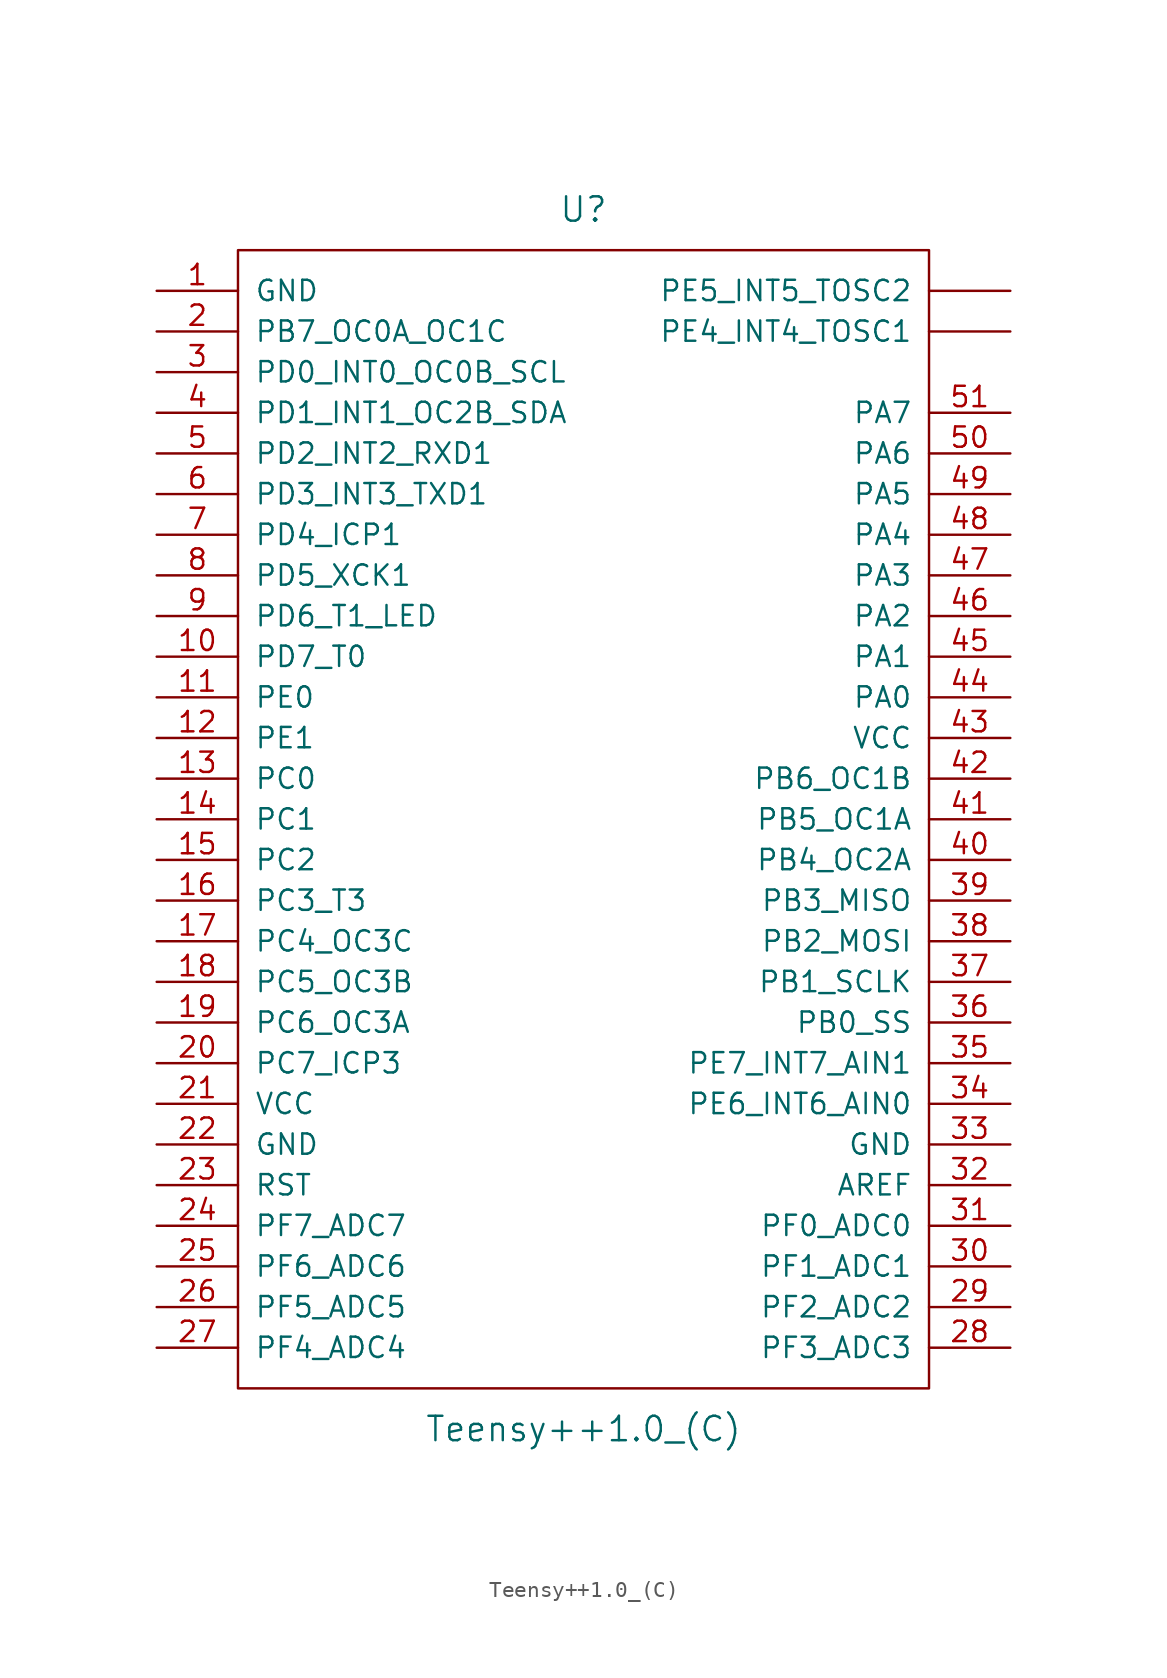
<source format=kicad_sym>
(kicad_symbol_lib
  (version 20231120)
  (generator "kicad_symbol_editor")
  (generator_version "8.0")
  (symbol "Teensy++1.0_(C)"
    (pin_names
      (offset 1.016))
    (property "Reference" "U"
      (at 0 38.1 0)
      (effects (font (size 1.524 1.524))))
    (property "Value" "Teensy++1.0_(C)"
      (at 0 -38.1 0)
      (effects (font (size 1.524 1.524))))
    (property "Footprint" ""
      (at 2.54 -20.32 0)
      (effects (font (size 1.524 1.524))))
    (property "Datasheet" ""
      (at 2.54 -20.32 0)
      (effects (font (size 1.524 1.524))))
    (symbol "Teensy++1.0_(C)_0_1"
      (rectangle (start -21.59 35.56) (end 21.59 -35.56) (stroke (width 0) (type solid)) (fill (type none))))
    (symbol "Teensy++1.0_(C)_1_1"
      (pin power_in line (at -26.67 33.02 0) (length 5.08) (name "GND" (effects (font (size 1.27 1.27)))) (number "1" (effects (font (size 1.27 1.27)))))
      (pin bidirectional line (at -26.67 10.16 0) (length 5.08) (name "PD7_T0" (effects (font (size 1.27 1.27)))) (number "10" (effects (font (size 1.27 1.27)))))
      (pin bidirectional line (at -26.67 7.62 0) (length 5.08) (name "PE0" (effects (font (size 1.27 1.27)))) (number "11" (effects (font (size 1.27 1.27)))))
      (pin bidirectional line (at -26.67 5.08 0) (length 5.08) (name "PE1" (effects (font (size 1.27 1.27)))) (number "12" (effects (font (size 1.27 1.27)))))
      (pin bidirectional line (at -26.67 2.54 0) (length 5.08) (name "PC0" (effects (font (size 1.27 1.27)))) (number "13" (effects (font (size 1.27 1.27)))))
      (pin bidirectional line (at -26.67 0 0) (length 5.08) (name "PC1" (effects (font (size 1.27 1.27)))) (number "14" (effects (font (size 1.27 1.27)))))
      (pin bidirectional line (at -26.67 -2.54 0) (length 5.08) (name "PC2" (effects (font (size 1.27 1.27)))) (number "15" (effects (font (size 1.27 1.27)))))
      (pin bidirectional line (at -26.67 -5.08 0) (length 5.08) (name "PC3_T3" (effects (font (size 1.27 1.27)))) (number "16" (effects (font (size 1.27 1.27)))))
      (pin bidirectional line (at -26.67 -7.62 0) (length 5.08) (name "PC4_OC3C" (effects (font (size 1.27 1.27)))) (number "17" (effects (font (size 1.27 1.27)))))
      (pin bidirectional line (at -26.67 -10.16 0) (length 5.08) (name "PC5_OC3B" (effects (font (size 1.27 1.27)))) (number "18" (effects (font (size 1.27 1.27)))))
      (pin bidirectional line (at -26.67 -12.7 0) (length 5.08) (name "PC6_OC3A" (effects (font (size 1.27 1.27)))) (number "19" (effects (font (size 1.27 1.27)))))
      (pin bidirectional line (at -26.67 30.48 0) (length 5.08) (name "PB7_OC0A_OC1C" (effects (font (size 1.27 1.27)))) (number "2" (effects (font (size 1.27 1.27)))))
      (pin bidirectional line (at -26.67 -15.24 0) (length 5.08) (name "PC7_ICP3" (effects (font (size 1.27 1.27)))) (number "20" (effects (font (size 1.27 1.27)))))
      (pin power_in line (at -26.67 -17.78 0) (length 5.08) (name "VCC" (effects (font (size 1.27 1.27)))) (number "21" (effects (font (size 1.27 1.27)))))
      (pin power_in line (at -26.67 -20.32 0) (length 5.08) (name "GND" (effects (font (size 1.27 1.27)))) (number "22" (effects (font (size 1.27 1.27)))))
      (pin input line (at -26.67 -22.86 0) (length 5.08) (name "RST" (effects (font (size 1.27 1.27)))) (number "23" (effects (font (size 1.27 1.27)))))
      (pin bidirectional line (at -26.67 -25.4 0) (length 5.08) (name "PF7_ADC7" (effects (font (size 1.27 1.27)))) (number "24" (effects (font (size 1.27 1.27)))))
      (pin bidirectional line (at -26.67 -27.94 0) (length 5.08) (name "PF6_ADC6" (effects (font (size 1.27 1.27)))) (number "25" (effects (font (size 1.27 1.27)))))
      (pin bidirectional line (at -26.67 -30.48 0) (length 5.08) (name "PF5_ADC5" (effects (font (size 1.27 1.27)))) (number "26" (effects (font (size 1.27 1.27)))))
      (pin bidirectional line (at -26.67 -33.02 0) (length 5.08) (name "PF4_ADC4" (effects (font (size 1.27 1.27)))) (number "27" (effects (font (size 1.27 1.27)))))
      (pin bidirectional line (at 26.67 -33.02 180) (length 5.08) (name "PF3_ADC3" (effects (font (size 1.27 1.27)))) (number "28" (effects (font (size 1.27 1.27)))))
      (pin bidirectional line (at 26.67 -30.48 180) (length 5.08) (name "PF2_ADC2" (effects (font (size 1.27 1.27)))) (number "29" (effects (font (size 1.27 1.27)))))
      (pin bidirectional line (at -26.67 27.94 0) (length 5.08) (name "PD0_INT0_OC0B_SCL" (effects (font (size 1.27 1.27)))) (number "3" (effects (font (size 1.27 1.27)))))
      (pin bidirectional line (at 26.67 -27.94 180) (length 5.08) (name "PF1_ADC1" (effects (font (size 1.27 1.27)))) (number "30" (effects (font (size 1.27 1.27)))))
      (pin bidirectional line (at 26.67 -25.4 180) (length 5.08) (name "PF0_ADC0" (effects (font (size 1.27 1.27)))) (number "31" (effects (font (size 1.27 1.27)))))
      (pin input line (at 26.67 -22.86 180) (length 5.08) (name "AREF" (effects (font (size 1.27 1.27)))) (number "32" (effects (font (size 1.27 1.27)))))
      (pin power_in line (at 26.67 -20.32 180) (length 5.08) (name "GND" (effects (font (size 1.27 1.27)))) (number "33" (effects (font (size 1.27 1.27)))))
      (pin bidirectional line (at 26.67 -17.78 180) (length 5.08) (name "PE6_INT6_AIN0" (effects (font (size 1.27 1.27)))) (number "34" (effects (font (size 1.27 1.27)))))
      (pin bidirectional line (at 26.67 -15.24 180) (length 5.08) (name "PE7_INT7_AIN1" (effects (font (size 1.27 1.27)))) (number "35" (effects (font (size 1.27 1.27)))))
      (pin bidirectional line (at 26.67 -12.7 180) (length 5.08) (name "PB0_SS" (effects (font (size 1.27 1.27)))) (number "36" (effects (font (size 1.27 1.27)))))
      (pin bidirectional line (at 26.67 -10.16 180) (length 5.08) (name "PB1_SCLK" (effects (font (size 1.27 1.27)))) (number "37" (effects (font (size 1.27 1.27)))))
      (pin bidirectional line (at 26.67 -7.62 180) (length 5.08) (name "PB2_MOSI" (effects (font (size 1.27 1.27)))) (number "38" (effects (font (size 1.27 1.27)))))
      (pin bidirectional line (at 26.67 -5.08 180) (length 5.08) (name "PB3_MISO" (effects (font (size 1.27 1.27)))) (number "39" (effects (font (size 1.27 1.27)))))
      (pin bidirectional line (at -26.67 25.4 0) (length 5.08) (name "PD1_INT1_OC2B_SDA" (effects (font (size 1.27 1.27)))) (number "4" (effects (font (size 1.27 1.27)))))
      (pin bidirectional line (at 26.67 -2.54 180) (length 5.08) (name "PB4_OC2A" (effects (font (size 1.27 1.27)))) (number "40" (effects (font (size 1.27 1.27)))))
      (pin bidirectional line (at 26.67 0 180) (length 5.08) (name "PB5_OC1A" (effects (font (size 1.27 1.27)))) (number "41" (effects (font (size 1.27 1.27)))))
      (pin bidirectional line (at 26.67 2.54 180) (length 5.08) (name "PB6_OC1B" (effects (font (size 1.27 1.27)))) (number "42" (effects (font (size 1.27 1.27)))))
      (pin power_in line (at 26.67 5.08 180) (length 5.08) (name "VCC" (effects (font (size 1.27 1.27)))) (number "43" (effects (font (size 1.27 1.27)))))
      (pin bidirectional line (at 26.67 7.62 180) (length 5.08) (name "PA0" (effects (font (size 1.27 1.27)))) (number "44" (effects (font (size 1.27 1.27)))))
      (pin bidirectional line (at 26.67 10.16 180) (length 5.08) (name "PA1" (effects (font (size 1.27 1.27)))) (number "45" (effects (font (size 1.27 1.27)))))
      (pin bidirectional line (at 26.67 12.7 180) (length 5.08) (name "PA2" (effects (font (size 1.27 1.27)))) (number "46" (effects (font (size 1.27 1.27)))))
      (pin bidirectional line (at 26.67 15.24 180) (length 5.08) (name "PA3" (effects (font (size 1.27 1.27)))) (number "47" (effects (font (size 1.27 1.27)))))
      (pin bidirectional line (at 26.67 17.78 180) (length 5.08) (name "PA4" (effects (font (size 1.27 1.27)))) (number "48" (effects (font (size 1.27 1.27)))))
      (pin bidirectional line (at 26.67 20.32 180) (length 5.08) (name "PA5" (effects (font (size 1.27 1.27)))) (number "49" (effects (font (size 1.27 1.27)))))
      (pin bidirectional line (at -26.67 22.86 0) (length 5.08) (name "PD2_INT2_RXD1" (effects (font (size 1.27 1.27)))) (number "5" (effects (font (size 1.27 1.27)))))
      (pin bidirectional line (at 26.67 22.86 180) (length 5.08) (name "PA6" (effects (font (size 1.27 1.27)))) (number "50" (effects (font (size 1.27 1.27)))))
      (pin bidirectional line (at 26.67 25.4 180) (length 5.08) (name "PA7" (effects (font (size 1.27 1.27)))) (number "51" (effects (font (size 1.27 1.27)))))
      (pin bidirectional line (at -26.67 20.32 0) (length 5.08) (name "PD3_INT3_TXD1" (effects (font (size 1.27 1.27)))) (number "6" (effects (font (size 1.27 1.27)))))
      (pin bidirectional line (at -26.67 17.78 0) (length 5.08) (name "PD4_ICP1" (effects (font (size 1.27 1.27)))) (number "7" (effects (font (size 1.27 1.27)))))
      (pin bidirectional line (at -26.67 15.24 0) (length 5.08) (name "PD5_XCK1" (effects (font (size 1.27 1.27)))) (number "8" (effects (font (size 1.27 1.27)))))
      (pin bidirectional line (at -26.67 12.7 0) (length 5.08) (name "PD6_T1_LED" (effects (font (size 1.27 1.27)))) (number "9" (effects (font (size 1.27 1.27)))))
      (pin bidirectional line (at 26.67 30.48 180) (length 5.08) (name "PE4_INT4_TOSC1" (effects (font (size 1.27 1.27)))) (number "~" (effects (font (size 1.27 1.27)))))
      (pin bidirectional line (at 26.67 33.02 180) (length 5.08) (name "PE5_INT5_TOSC2" (effects (font (size 1.27 1.27)))) (number "~" (effects (font (size 1.27 1.27))))))))
</source>
